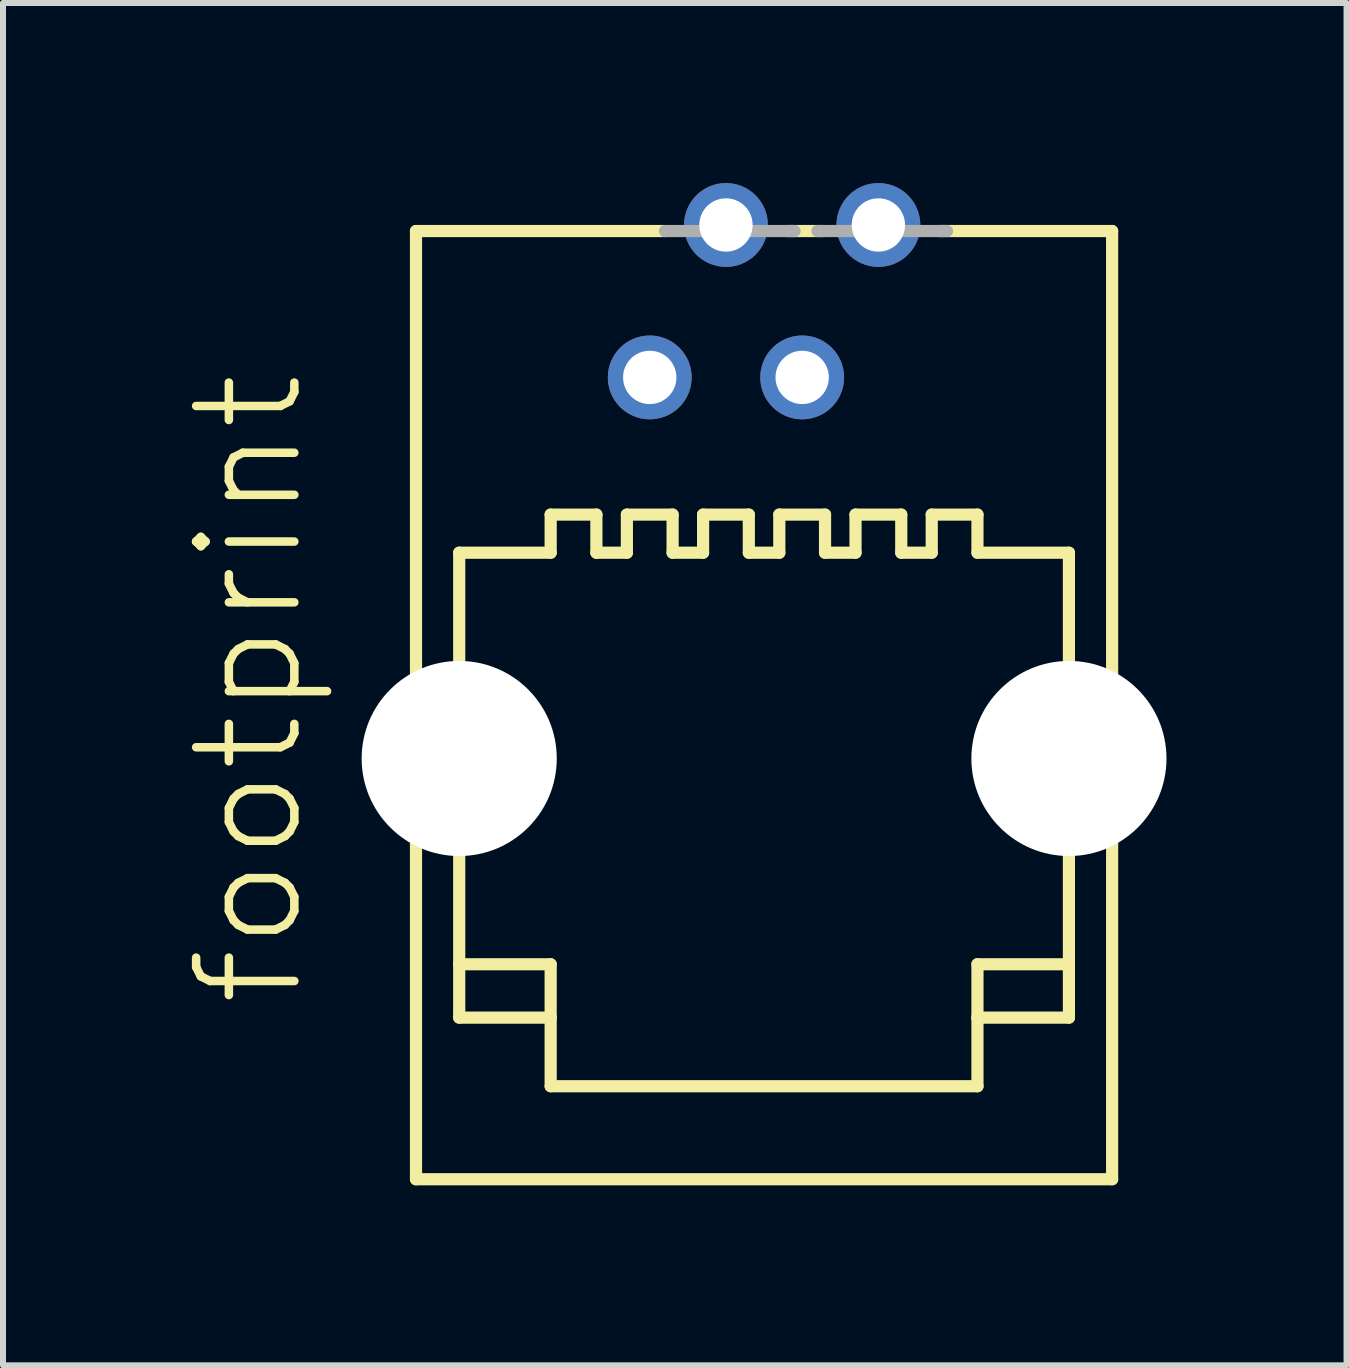
<source format=kicad_pcb>
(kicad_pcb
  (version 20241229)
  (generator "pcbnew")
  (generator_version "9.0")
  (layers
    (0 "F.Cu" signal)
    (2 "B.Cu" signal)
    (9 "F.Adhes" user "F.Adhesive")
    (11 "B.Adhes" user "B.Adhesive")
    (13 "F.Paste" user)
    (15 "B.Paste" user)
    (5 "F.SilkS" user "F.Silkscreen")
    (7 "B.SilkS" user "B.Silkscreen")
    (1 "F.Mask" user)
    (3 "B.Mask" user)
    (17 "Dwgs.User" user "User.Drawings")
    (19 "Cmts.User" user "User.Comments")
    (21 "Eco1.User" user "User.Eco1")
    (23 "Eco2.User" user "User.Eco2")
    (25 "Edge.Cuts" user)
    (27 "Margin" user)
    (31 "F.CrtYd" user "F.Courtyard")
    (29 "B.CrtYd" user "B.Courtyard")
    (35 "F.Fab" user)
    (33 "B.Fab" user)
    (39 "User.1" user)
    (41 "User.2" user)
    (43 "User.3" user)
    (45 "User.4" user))
  (footprint "footprint"
    (layer "F.Cu")
    (at 9.682 8.7)
    (property "Reference" "footprint" (at -7.62 5.08 90) (layer "F.SilkS") (effects (font (size 1.636 1.636) (thickness 0.142)) (justify left bottom)))
    (fp_line (start -5.8 -7.9) (end -5.8 7.9) (stroke (width 0.203) (type solid)) (layer "F.SilkS"))
    (fp_line (start -5.8 7.9) (end 5.8 7.9) (stroke (width 0.203) (type solid)) (layer "F.SilkS"))
    (fp_line (start -5.08 -2.54) (end -5.08 4.318) (stroke (width 0.203) (type solid)) (layer "F.SilkS"))
    (fp_line (start -5.08 4.318) (end -5.08 5.207) (stroke (width 0.203) (type solid)) (layer "F.SilkS"))
    (fp_line (start -5.08 4.318) (end -3.556 4.318) (stroke (width 0.203) (type solid)) (layer "F.SilkS"))
    (fp_line (start -5.08 5.207) (end -3.556 5.207) (stroke (width 0.203) (type solid)) (layer "F.SilkS"))
    (fp_line (start -3.556 -3.175) (end -3.556 -2.54) (stroke (width 0.203) (type solid)) (layer "F.SilkS"))
    (fp_line (start -3.556 -3.175) (end -2.794 -3.175) (stroke (width 0.203) (type solid)) (layer "F.SilkS"))
    (fp_line (start -3.556 -2.54) (end -5.08 -2.54) (stroke (width 0.203) (type solid)) (layer "F.SilkS"))
    (fp_line (start -3.556 4.318) (end -3.556 5.207) (stroke (width 0.203) (type solid)) (layer "F.SilkS"))
    (fp_line (start -3.556 5.207) (end -3.556 6.35) (stroke (width 0.203) (type solid)) (layer "F.SilkS"))
    (fp_line (start -3.556 6.35) (end 3.556 6.35) (stroke (width 0.203) (type solid)) (layer "F.SilkS"))
    (fp_line (start -2.794 -3.175) (end -2.794 -2.54) (stroke (width 0.203) (type solid)) (layer "F.SilkS"))
    (fp_line (start -2.286 -3.175) (end -2.286 -2.54) (stroke (width 0.203) (type solid)) (layer "F.SilkS"))
    (fp_line (start -2.286 -3.175) (end -1.524 -3.175) (stroke (width 0.203) (type solid)) (layer "F.SilkS"))
    (fp_line (start -2.286 -2.54) (end -2.794 -2.54) (stroke (width 0.203) (type solid)) (layer "F.SilkS"))
    (fp_line (start -1.651 -7.9) (end -5.8 -7.9) (stroke (width 0.203) (type solid)) (layer "F.SilkS"))
    (fp_line (start -1.524 -3.175) (end -1.524 -2.54) (stroke (width 0.203) (type solid)) (layer "F.SilkS"))
    (fp_line (start -1.016 -3.175) (end -1.016 -2.54) (stroke (width 0.203) (type solid)) (layer "F.SilkS"))
    (fp_line (start -1.016 -3.175) (end -0.254 -3.175) (stroke (width 0.203) (type solid)) (layer "F.SilkS"))
    (fp_line (start -1.016 -2.54) (end -1.524 -2.54) (stroke (width 0.203) (type solid)) (layer "F.SilkS"))
    (fp_line (start -0.254 -3.175) (end -0.254 -2.54) (stroke (width 0.203) (type solid)) (layer "F.SilkS"))
    (fp_line (start 0.254 -3.175) (end 0.254 -2.54) (stroke (width 0.203) (type solid)) (layer "F.SilkS"))
    (fp_line (start 0.254 -3.175) (end 1.016 -3.175) (stroke (width 0.203) (type solid)) (layer "F.SilkS"))
    (fp_line (start 0.254 -2.54) (end -0.254 -2.54) (stroke (width 0.203) (type solid)) (layer "F.SilkS"))
    (fp_line (start 0.974 -7.9) (end 0.381 -7.9) (stroke (width 0.203) (type solid)) (layer "F.SilkS"))
    (fp_line (start 1.016 -3.175) (end 1.016 -2.54) (stroke (width 0.203) (type solid)) (layer "F.SilkS"))
    (fp_line (start 1.524 -3.175) (end 1.524 -2.54) (stroke (width 0.203) (type solid)) (layer "F.SilkS"))
    (fp_line (start 1.524 -3.175) (end 2.286 -3.175) (stroke (width 0.203) (type solid)) (layer "F.SilkS"))
    (fp_line (start 1.524 -2.54) (end 1.016 -2.54) (stroke (width 0.203) (type solid)) (layer "F.SilkS"))
    (fp_line (start 2.286 -3.175) (end 2.286 -2.54) (stroke (width 0.203) (type solid)) (layer "F.SilkS"))
    (fp_line (start 2.794 -3.175) (end 2.794 -2.54) (stroke (width 0.203) (type solid)) (layer "F.SilkS"))
    (fp_line (start 2.794 -3.175) (end 3.556 -3.175) (stroke (width 0.203) (type solid)) (layer "F.SilkS"))
    (fp_line (start 2.794 -2.54) (end 2.286 -2.54) (stroke (width 0.203) (type solid)) (layer "F.SilkS"))
    (fp_line (start 3.556 -3.175) (end 3.556 -2.54) (stroke (width 0.203) (type solid)) (layer "F.SilkS"))
    (fp_line (start 3.556 4.318) (end 3.556 5.207) (stroke (width 0.203) (type solid)) (layer "F.SilkS"))
    (fp_line (start 3.556 5.207) (end 3.556 6.35) (stroke (width 0.203) (type solid)) (layer "F.SilkS"))
    (fp_line (start 5.08 -2.54) (end 3.556 -2.54) (stroke (width 0.203) (type solid)) (layer "F.SilkS"))
    (fp_line (start 5.08 4.318) (end 3.556 4.318) (stroke (width 0.203) (type solid)) (layer "F.SilkS"))
    (fp_line (start 5.08 4.318) (end 5.08 -2.54) (stroke (width 0.203) (type solid)) (layer "F.SilkS"))
    (fp_line (start 5.08 5.207) (end 3.556 5.207) (stroke (width 0.203) (type solid)) (layer "F.SilkS"))
    (fp_line (start 5.08 5.207) (end 5.08 4.318) (stroke (width 0.203) (type solid)) (layer "F.SilkS"))
    (fp_line (start 5.8 -7.9) (end 2.921 -7.9) (stroke (width 0.203) (type solid)) (layer "F.SilkS"))
    (fp_line (start 5.8 7.9) (end 5.8 -7.9) (stroke (width 0.203) (type solid)) (layer "F.SilkS"))
    (fp_line (start 0.508 -7.9) (end -1.651 -7.9) (stroke (width 0.203) (type solid)) (layer "F.Fab"))
    (fp_line (start 3.048 -7.9) (end 0.889 -7.9) (stroke (width 0.203) (type solid)) (layer "F.Fab"))
    (pad "" np_thru_hole circle (at -5.08 0.889) (size 3.251 3.251) (drill 3.251) (layers "*.Cu" "*.Mask"))
    (pad "" np_thru_hole circle (at 5.08 0.889) (size 3.251 3.251) (drill 3.251) (layers "*.Cu" "*.Mask"))
    (pad "1" thru_hole circle (at -1.905 -5.461) (size 1.397 1.397) (drill 0.889) (layers "*.Cu" "*.Mask"))
    (pad "2" thru_hole circle (at -0.635 -8.001) (size 1.397 1.397) (drill 0.889) (layers "*.Cu" "*.Mask"))
    (pad "3" thru_hole circle (at 0.635 -5.461) (size 1.397 1.397) (drill 0.889) (layers "*.Cu" "*.Mask"))
    (pad "4" thru_hole circle (at 1.905 -8.001) (size 1.397 1.397) (drill 0.889) (layers "*.Cu" "*.Mask")))
  (gr_rect
    (start -3 -3)
    (end 19.388 19.701)
    (stroke (width 0.1) (type default))
    (fill no)
    (layer "Edge.Cuts")))
</source>
